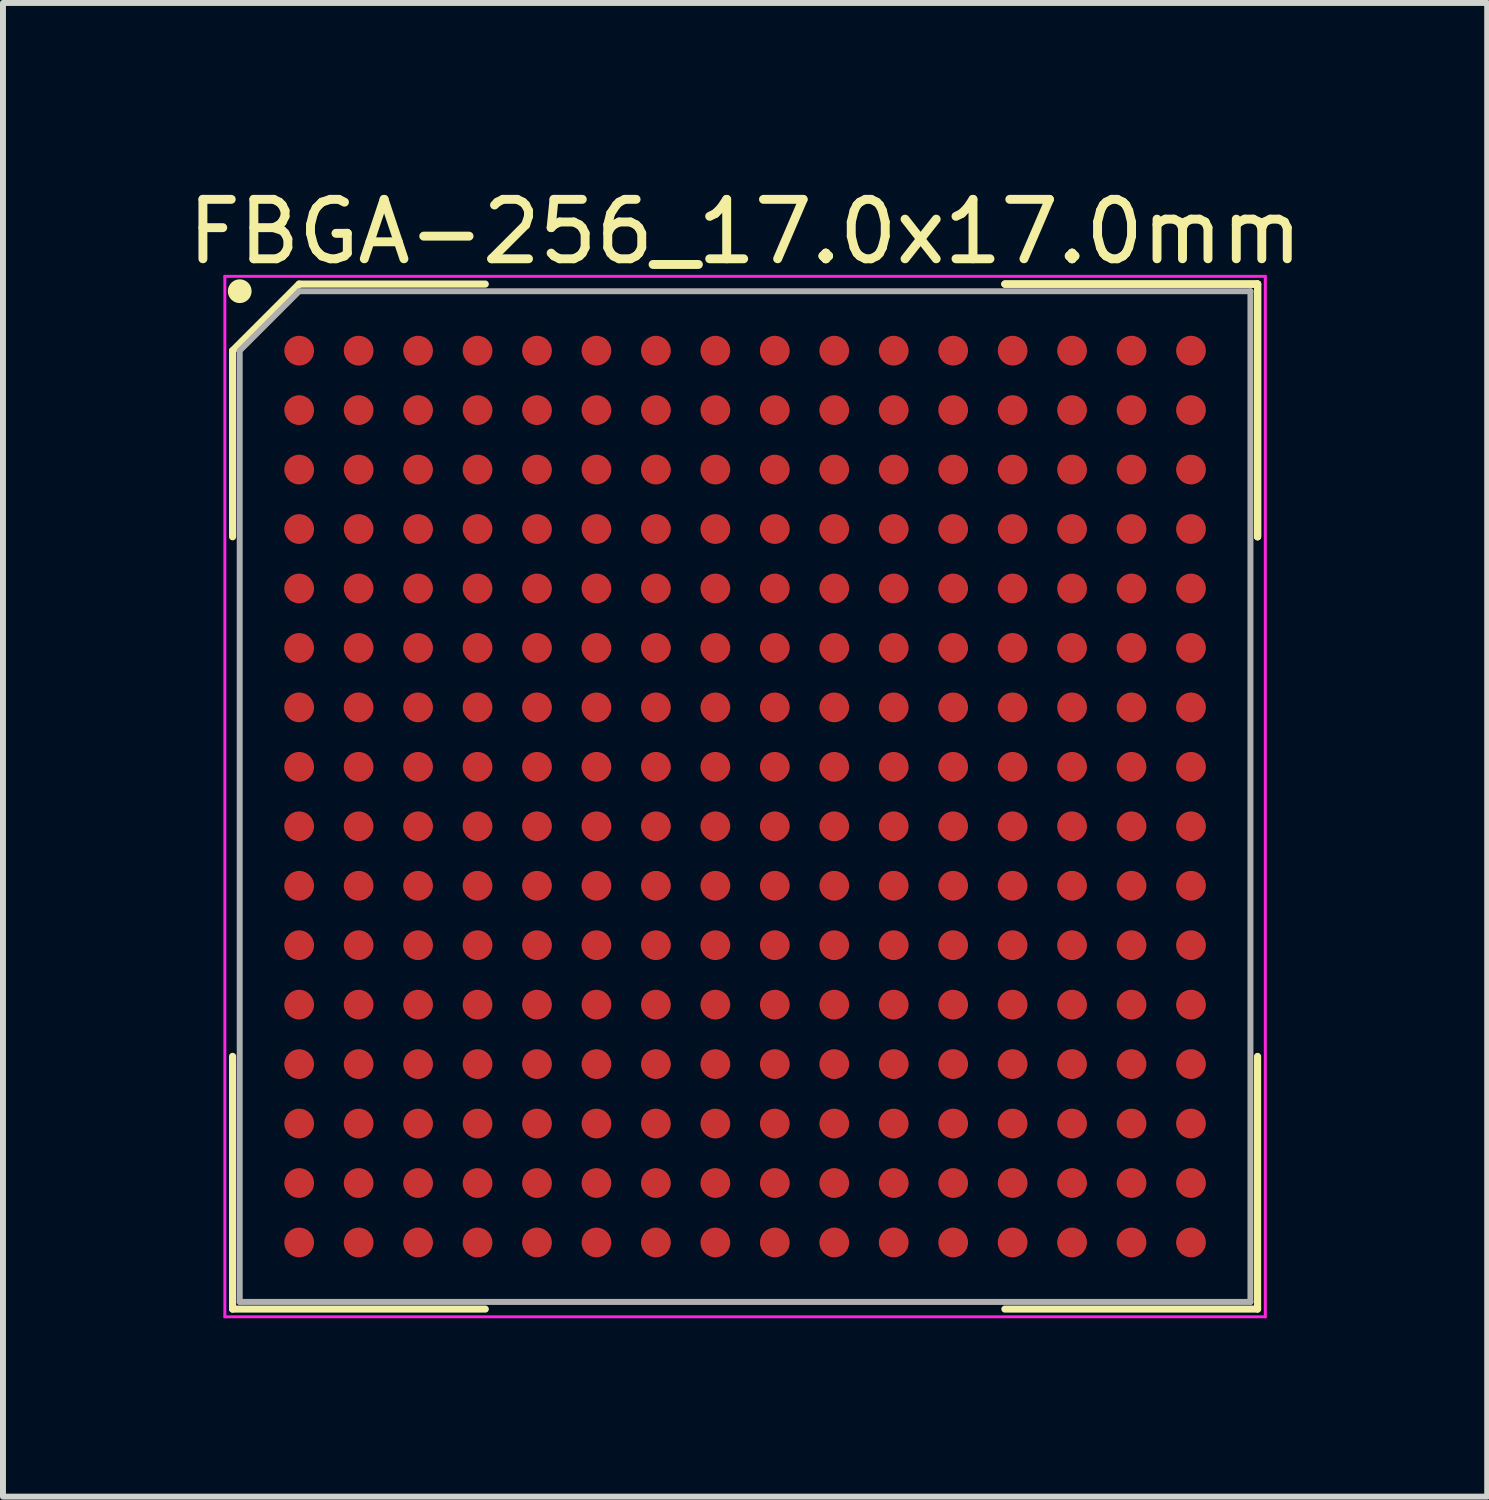
<source format=kicad_pcb>
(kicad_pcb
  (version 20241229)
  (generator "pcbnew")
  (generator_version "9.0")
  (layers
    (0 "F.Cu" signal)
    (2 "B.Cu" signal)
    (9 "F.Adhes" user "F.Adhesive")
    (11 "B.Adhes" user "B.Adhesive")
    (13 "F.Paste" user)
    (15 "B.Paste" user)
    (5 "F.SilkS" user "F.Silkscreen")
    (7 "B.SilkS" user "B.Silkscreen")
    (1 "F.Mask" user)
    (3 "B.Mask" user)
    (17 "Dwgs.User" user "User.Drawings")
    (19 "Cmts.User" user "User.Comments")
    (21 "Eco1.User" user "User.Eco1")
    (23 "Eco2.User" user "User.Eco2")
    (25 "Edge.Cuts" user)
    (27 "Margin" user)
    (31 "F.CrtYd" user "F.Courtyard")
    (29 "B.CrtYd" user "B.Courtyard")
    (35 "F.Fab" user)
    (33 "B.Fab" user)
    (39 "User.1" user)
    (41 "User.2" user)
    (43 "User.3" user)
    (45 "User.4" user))
  (footprint "FBGA-256_17.0x17.0mm"
    (layer "F.Cu")
    (at 9.482 10.348)
    (property "Reference" "FBGA-256_17.0x17.0mm" (at 0 -9.5 0) (layer "F.SilkS") (effects (font (size 1 1) (thickness 0.15))))
    (attr smd)
    (fp_line (start -8.62 -7.5) (end -8.62 -4.37) (stroke (width 0.12) (type solid)) (layer "F.SilkS"))
    (fp_line (start -8.62 8.62) (end -8.62 4.37) (stroke (width 0.12) (type solid)) (layer "F.SilkS"))
    (fp_line (start -7.5 -8.62) (end -8.62 -7.5) (stroke (width 0.12) (type solid)) (layer "F.SilkS"))
    (fp_line (start -4.37 -8.62) (end -7.5 -8.62) (stroke (width 0.12) (type solid)) (layer "F.SilkS"))
    (fp_line (start -4.37 8.62) (end -8.62 8.62) (stroke (width 0.12) (type solid)) (layer "F.SilkS"))
    (fp_line (start 4.37 -8.62) (end 8.62 -8.62) (stroke (width 0.12) (type solid)) (layer "F.SilkS"))
    (fp_line (start 4.37 -8.62) (end 8.62 -8.62) (stroke (width 0.12) (type solid)) (layer "F.SilkS"))
    (fp_line (start 4.37 -8.62) (end 8.62 -8.62) (stroke (width 0.12) (type solid)) (layer "F.SilkS"))
    (fp_line (start 4.37 8.62) (end 8.62 8.62) (stroke (width 0.12) (type solid)) (layer "F.SilkS"))
    (fp_line (start 8.62 -8.62) (end 8.62 -4.37) (stroke (width 0.12) (type solid)) (layer "F.SilkS"))
    (fp_line (start 8.62 -8.62) (end 8.62 -4.37) (stroke (width 0.12) (type solid)) (layer "F.SilkS"))
    (fp_line (start 8.62 -8.62) (end 8.62 -4.37) (stroke (width 0.12) (type solid)) (layer "F.SilkS"))
    (fp_line (start 8.62 8.62) (end 8.62 4.37) (stroke (width 0.12) (type solid)) (layer "F.SilkS"))
    (fp_circle (center -8.5 -8.5) (end -8.5 -8.4) (stroke (width 0.2) (type solid)) (fill no) (layer "F.SilkS"))
    (fp_line (start -8.75 -8.75) (end 8.75 -8.75) (stroke (width 0.05) (type solid)) (layer "F.CrtYd"))
    (fp_line (start -8.75 8.75) (end -8.75 -8.75) (stroke (width 0.05) (type solid)) (layer "F.CrtYd"))
    (fp_line (start 8.75 -8.75) (end 8.75 8.75) (stroke (width 0.05) (type solid)) (layer "F.CrtYd"))
    (fp_line (start 8.75 8.75) (end -8.75 8.75) (stroke (width 0.05) (type solid)) (layer "F.CrtYd"))
    (fp_line (start -8.5 -7.5) (end -8.5 8.5) (stroke (width 0.1) (type solid)) (layer "F.Fab"))
    (fp_line (start -8.5 8.5) (end 8.5 8.5) (stroke (width 0.1) (type solid)) (layer "F.Fab"))
    (fp_line (start -7.5 -8.5) (end -8.5 -7.5) (stroke (width 0.1) (type solid)) (layer "F.Fab"))
    (fp_line (start 8.5 -8.5) (end -7.5 -8.5) (stroke (width 0.1) (type solid)) (layer "F.Fab"))
    (fp_line (start 8.5 8.5) (end 8.5 -8.5) (stroke (width 0.1) (type solid)) (layer "F.Fab"))
    (pad "A1" smd circle (at -7.5 -7.5) (size 0.5 0.5) (layers "F.Cu" "F.Mask" "F.Paste"))
    (pad "A2" smd circle (at -6.5 -7.5) (size 0.5 0.5) (layers "F.Cu" "F.Mask" "F.Paste"))
    (pad "A3" smd circle (at -5.5 -7.5) (size 0.5 0.5) (layers "F.Cu" "F.Mask" "F.Paste"))
    (pad "A4" smd circle (at -4.5 -7.5) (size 0.5 0.5) (layers "F.Cu" "F.Mask" "F.Paste"))
    (pad "A5" smd circle (at -3.5 -7.5) (size 0.5 0.5) (layers "F.Cu" "F.Mask" "F.Paste"))
    (pad "A6" smd circle (at -2.5 -7.5) (size 0.5 0.5) (layers "F.Cu" "F.Mask" "F.Paste"))
    (pad "A7" smd circle (at -1.5 -7.5) (size 0.5 0.5) (layers "F.Cu" "F.Mask" "F.Paste"))
    (pad "A8" smd circle (at -0.5 -7.5) (size 0.5 0.5) (layers "F.Cu" "F.Mask" "F.Paste"))
    (pad "A9" smd circle (at 0.5 -7.5) (size 0.5 0.5) (layers "F.Cu" "F.Mask" "F.Paste"))
    (pad "A10" smd circle (at 1.5 -7.5) (size 0.5 0.5) (layers "F.Cu" "F.Mask" "F.Paste"))
    (pad "A11" smd circle (at 2.5 -7.5) (size 0.5 0.5) (layers "F.Cu" "F.Mask" "F.Paste"))
    (pad "A12" smd circle (at 3.5 -7.5) (size 0.5 0.5) (layers "F.Cu" "F.Mask" "F.Paste"))
    (pad "A13" smd circle (at 4.5 -7.5) (size 0.5 0.5) (layers "F.Cu" "F.Mask" "F.Paste"))
    (pad "A14" smd circle (at 5.5 -7.5) (size 0.5 0.5) (layers "F.Cu" "F.Mask" "F.Paste"))
    (pad "A15" smd circle (at 6.5 -7.5) (size 0.5 0.5) (layers "F.Cu" "F.Mask" "F.Paste"))
    (pad "A16" smd circle (at 7.5 -7.5) (size 0.5 0.5) (layers "F.Cu" "F.Mask" "F.Paste"))
    (pad "B1" smd circle (at -7.5 -6.5) (size 0.5 0.5) (layers "F.Cu" "F.Mask" "F.Paste"))
    (pad "B2" smd circle (at -6.5 -6.5) (size 0.5 0.5) (layers "F.Cu" "F.Mask" "F.Paste"))
    (pad "B3" smd circle (at -5.5 -6.5) (size 0.5 0.5) (layers "F.Cu" "F.Mask" "F.Paste"))
    (pad "B4" smd circle (at -4.5 -6.5) (size 0.5 0.5) (layers "F.Cu" "F.Mask" "F.Paste"))
    (pad "B5" smd circle (at -3.5 -6.5) (size 0.5 0.5) (layers "F.Cu" "F.Mask" "F.Paste"))
    (pad "B6" smd circle (at -2.5 -6.5) (size 0.5 0.5) (layers "F.Cu" "F.Mask" "F.Paste"))
    (pad "B7" smd circle (at -1.5 -6.5) (size 0.5 0.5) (layers "F.Cu" "F.Mask" "F.Paste"))
    (pad "B8" smd circle (at -0.5 -6.5) (size 0.5 0.5) (layers "F.Cu" "F.Mask" "F.Paste"))
    (pad "B9" smd circle (at 0.5 -6.5) (size 0.5 0.5) (layers "F.Cu" "F.Mask" "F.Paste"))
    (pad "B10" smd circle (at 1.5 -6.5) (size 0.5 0.5) (layers "F.Cu" "F.Mask" "F.Paste"))
    (pad "B11" smd circle (at 2.5 -6.5) (size 0.5 0.5) (layers "F.Cu" "F.Mask" "F.Paste"))
    (pad "B12" smd circle (at 3.5 -6.5) (size 0.5 0.5) (layers "F.Cu" "F.Mask" "F.Paste"))
    (pad "B13" smd circle (at 4.5 -6.5) (size 0.5 0.5) (layers "F.Cu" "F.Mask" "F.Paste"))
    (pad "B14" smd circle (at 5.5 -6.5) (size 0.5 0.5) (layers "F.Cu" "F.Mask" "F.Paste"))
    (pad "B15" smd circle (at 6.5 -6.5) (size 0.5 0.5) (layers "F.Cu" "F.Mask" "F.Paste"))
    (pad "B16" smd circle (at 7.5 -6.5) (size 0.5 0.5) (layers "F.Cu" "F.Mask" "F.Paste"))
    (pad "C1" smd circle (at -7.5 -5.5) (size 0.5 0.5) (layers "F.Cu" "F.Mask" "F.Paste"))
    (pad "C2" smd circle (at -6.5 -5.5) (size 0.5 0.5) (layers "F.Cu" "F.Mask" "F.Paste"))
    (pad "C3" smd circle (at -5.5 -5.5) (size 0.5 0.5) (layers "F.Cu" "F.Mask" "F.Paste"))
    (pad "C4" smd circle (at -4.5 -5.5) (size 0.5 0.5) (layers "F.Cu" "F.Mask" "F.Paste"))
    (pad "C5" smd circle (at -3.5 -5.5) (size 0.5 0.5) (layers "F.Cu" "F.Mask" "F.Paste"))
    (pad "C6" smd circle (at -2.5 -5.5) (size 0.5 0.5) (layers "F.Cu" "F.Mask" "F.Paste"))
    (pad "C7" smd circle (at -1.5 -5.5) (size 0.5 0.5) (layers "F.Cu" "F.Mask" "F.Paste"))
    (pad "C8" smd circle (at -0.5 -5.5) (size 0.5 0.5) (layers "F.Cu" "F.Mask" "F.Paste"))
    (pad "C9" smd circle (at 0.5 -5.5) (size 0.5 0.5) (layers "F.Cu" "F.Mask" "F.Paste"))
    (pad "C10" smd circle (at 1.5 -5.5) (size 0.5 0.5) (layers "F.Cu" "F.Mask" "F.Paste"))
    (pad "C11" smd circle (at 2.5 -5.5) (size 0.5 0.5) (layers "F.Cu" "F.Mask" "F.Paste"))
    (pad "C12" smd circle (at 3.5 -5.5) (size 0.5 0.5) (layers "F.Cu" "F.Mask" "F.Paste"))
    (pad "C13" smd circle (at 4.5 -5.5) (size 0.5 0.5) (layers "F.Cu" "F.Mask" "F.Paste"))
    (pad "C14" smd circle (at 5.5 -5.5) (size 0.5 0.5) (layers "F.Cu" "F.Mask" "F.Paste"))
    (pad "C15" smd circle (at 6.5 -5.5) (size 0.5 0.5) (layers "F.Cu" "F.Mask" "F.Paste"))
    (pad "C16" smd circle (at 7.5 -5.5) (size 0.5 0.5) (layers "F.Cu" "F.Mask" "F.Paste"))
    (pad "D1" smd circle (at -7.5 -4.5) (size 0.5 0.5) (layers "F.Cu" "F.Mask" "F.Paste"))
    (pad "D2" smd circle (at -6.5 -4.5) (size 0.5 0.5) (layers "F.Cu" "F.Mask" "F.Paste"))
    (pad "D3" smd circle (at -5.5 -4.5) (size 0.5 0.5) (layers "F.Cu" "F.Mask" "F.Paste"))
    (pad "D4" smd circle (at -4.5 -4.5) (size 0.5 0.5) (layers "F.Cu" "F.Mask" "F.Paste"))
    (pad "D5" smd circle (at -3.5 -4.5) (size 0.5 0.5) (layers "F.Cu" "F.Mask" "F.Paste"))
    (pad "D6" smd circle (at -2.5 -4.5) (size 0.5 0.5) (layers "F.Cu" "F.Mask" "F.Paste"))
    (pad "D7" smd circle (at -1.5 -4.5) (size 0.5 0.5) (layers "F.Cu" "F.Mask" "F.Paste"))
    (pad "D8" smd circle (at -0.5 -4.5) (size 0.5 0.5) (layers "F.Cu" "F.Mask" "F.Paste"))
    (pad "D9" smd circle (at 0.5 -4.5) (size 0.5 0.5) (layers "F.Cu" "F.Mask" "F.Paste"))
    (pad "D10" smd circle (at 1.5 -4.5) (size 0.5 0.5) (layers "F.Cu" "F.Mask" "F.Paste"))
    (pad "D11" smd circle (at 2.5 -4.5) (size 0.5 0.5) (layers "F.Cu" "F.Mask" "F.Paste"))
    (pad "D12" smd circle (at 3.5 -4.5) (size 0.5 0.5) (layers "F.Cu" "F.Mask" "F.Paste"))
    (pad "D13" smd circle (at 4.5 -4.5) (size 0.5 0.5) (layers "F.Cu" "F.Mask" "F.Paste"))
    (pad "D14" smd circle (at 5.5 -4.5) (size 0.5 0.5) (layers "F.Cu" "F.Mask" "F.Paste"))
    (pad "D15" smd circle (at 6.5 -4.5) (size 0.5 0.5) (layers "F.Cu" "F.Mask" "F.Paste"))
    (pad "D16" smd circle (at 7.5 -4.5) (size 0.5 0.5) (layers "F.Cu" "F.Mask" "F.Paste"))
    (pad "E1" smd circle (at -7.5 -3.5) (size 0.5 0.5) (layers "F.Cu" "F.Mask" "F.Paste"))
    (pad "E2" smd circle (at -6.5 -3.5) (size 0.5 0.5) (layers "F.Cu" "F.Mask" "F.Paste"))
    (pad "E3" smd circle (at -5.5 -3.5) (size 0.5 0.5) (layers "F.Cu" "F.Mask" "F.Paste"))
    (pad "E4" smd circle (at -4.5 -3.5) (size 0.5 0.5) (layers "F.Cu" "F.Mask" "F.Paste"))
    (pad "E5" smd circle (at -3.5 -3.5) (size 0.5 0.5) (layers "F.Cu" "F.Mask" "F.Paste"))
    (pad "E6" smd circle (at -2.5 -3.5) (size 0.5 0.5) (layers "F.Cu" "F.Mask" "F.Paste"))
    (pad "E7" smd circle (at -1.5 -3.5) (size 0.5 0.5) (layers "F.Cu" "F.Mask" "F.Paste"))
    (pad "E8" smd circle (at -0.5 -3.5) (size 0.5 0.5) (layers "F.Cu" "F.Mask" "F.Paste"))
    (pad "E9" smd circle (at 0.5 -3.5) (size 0.5 0.5) (layers "F.Cu" "F.Mask" "F.Paste"))
    (pad "E10" smd circle (at 1.5 -3.5) (size 0.5 0.5) (layers "F.Cu" "F.Mask" "F.Paste"))
    (pad "E11" smd circle (at 2.5 -3.5) (size 0.5 0.5) (layers "F.Cu" "F.Mask" "F.Paste"))
    (pad "E12" smd circle (at 3.5 -3.5) (size 0.5 0.5) (layers "F.Cu" "F.Mask" "F.Paste"))
    (pad "E13" smd circle (at 4.5 -3.5) (size 0.5 0.5) (layers "F.Cu" "F.Mask" "F.Paste"))
    (pad "E14" smd circle (at 5.5 -3.5) (size 0.5 0.5) (layers "F.Cu" "F.Mask" "F.Paste"))
    (pad "E15" smd circle (at 6.5 -3.5) (size 0.5 0.5) (layers "F.Cu" "F.Mask" "F.Paste"))
    (pad "E16" smd circle (at 7.5 -3.5) (size 0.5 0.5) (layers "F.Cu" "F.Mask" "F.Paste"))
    (pad "F1" smd circle (at -7.5 -2.5) (size 0.5 0.5) (layers "F.Cu" "F.Mask" "F.Paste"))
    (pad "F2" smd circle (at -6.5 -2.5) (size 0.5 0.5) (layers "F.Cu" "F.Mask" "F.Paste"))
    (pad "F3" smd circle (at -5.5 -2.5) (size 0.5 0.5) (layers "F.Cu" "F.Mask" "F.Paste"))
    (pad "F4" smd circle (at -4.5 -2.5) (size 0.5 0.5) (layers "F.Cu" "F.Mask" "F.Paste"))
    (pad "F5" smd circle (at -3.5 -2.5) (size 0.5 0.5) (layers "F.Cu" "F.Mask" "F.Paste"))
    (pad "F6" smd circle (at -2.5 -2.5) (size 0.5 0.5) (layers "F.Cu" "F.Mask" "F.Paste"))
    (pad "F7" smd circle (at -1.5 -2.5) (size 0.5 0.5) (layers "F.Cu" "F.Mask" "F.Paste"))
    (pad "F8" smd circle (at -0.5 -2.5) (size 0.5 0.5) (layers "F.Cu" "F.Mask" "F.Paste"))
    (pad "F9" smd circle (at 0.5 -2.5) (size 0.5 0.5) (layers "F.Cu" "F.Mask" "F.Paste"))
    (pad "F10" smd circle (at 1.5 -2.5) (size 0.5 0.5) (layers "F.Cu" "F.Mask" "F.Paste"))
    (pad "F11" smd circle (at 2.5 -2.5) (size 0.5 0.5) (layers "F.Cu" "F.Mask" "F.Paste"))
    (pad "F12" smd circle (at 3.5 -2.5) (size 0.5 0.5) (layers "F.Cu" "F.Mask" "F.Paste"))
    (pad "F13" smd circle (at 4.5 -2.5) (size 0.5 0.5) (layers "F.Cu" "F.Mask" "F.Paste"))
    (pad "F14" smd circle (at 5.5 -2.5) (size 0.5 0.5) (layers "F.Cu" "F.Mask" "F.Paste"))
    (pad "F15" smd circle (at 6.5 -2.5) (size 0.5 0.5) (layers "F.Cu" "F.Mask" "F.Paste"))
    (pad "F16" smd circle (at 7.5 -2.5) (size 0.5 0.5) (layers "F.Cu" "F.Mask" "F.Paste"))
    (pad "G1" smd circle (at -7.5 -1.5) (size 0.5 0.5) (layers "F.Cu" "F.Mask" "F.Paste"))
    (pad "G2" smd circle (at -6.5 -1.5) (size 0.5 0.5) (layers "F.Cu" "F.Mask" "F.Paste"))
    (pad "G3" smd circle (at -5.5 -1.5) (size 0.5 0.5) (layers "F.Cu" "F.Mask" "F.Paste"))
    (pad "G4" smd circle (at -4.5 -1.5) (size 0.5 0.5) (layers "F.Cu" "F.Mask" "F.Paste"))
    (pad "G5" smd circle (at -3.5 -1.5) (size 0.5 0.5) (layers "F.Cu" "F.Mask" "F.Paste"))
    (pad "G6" smd circle (at -2.5 -1.5) (size 0.5 0.5) (layers "F.Cu" "F.Mask" "F.Paste"))
    (pad "G7" smd circle (at -1.5 -1.5) (size 0.5 0.5) (layers "F.Cu" "F.Mask" "F.Paste"))
    (pad "G8" smd circle (at -0.5 -1.5) (size 0.5 0.5) (layers "F.Cu" "F.Mask" "F.Paste"))
    (pad "G9" smd circle (at 0.5 -1.5) (size 0.5 0.5) (layers "F.Cu" "F.Mask" "F.Paste"))
    (pad "G10" smd circle (at 1.5 -1.5) (size 0.5 0.5) (layers "F.Cu" "F.Mask" "F.Paste"))
    (pad "G11" smd circle (at 2.5 -1.5) (size 0.5 0.5) (layers "F.Cu" "F.Mask" "F.Paste"))
    (pad "G12" smd circle (at 3.5 -1.5) (size 0.5 0.5) (layers "F.Cu" "F.Mask" "F.Paste"))
    (pad "G13" smd circle (at 4.5 -1.5) (size 0.5 0.5) (layers "F.Cu" "F.Mask" "F.Paste"))
    (pad "G14" smd circle (at 5.5 -1.5) (size 0.5 0.5) (layers "F.Cu" "F.Mask" "F.Paste"))
    (pad "G15" smd circle (at 6.5 -1.5) (size 0.5 0.5) (layers "F.Cu" "F.Mask" "F.Paste"))
    (pad "G16" smd circle (at 7.5 -1.5) (size 0.5 0.5) (layers "F.Cu" "F.Mask" "F.Paste"))
    (pad "H1" smd circle (at -7.5 -0.5) (size 0.5 0.5) (layers "F.Cu" "F.Mask" "F.Paste"))
    (pad "H2" smd circle (at -6.5 -0.5) (size 0.5 0.5) (layers "F.Cu" "F.Mask" "F.Paste"))
    (pad "H3" smd circle (at -5.5 -0.5) (size 0.5 0.5) (layers "F.Cu" "F.Mask" "F.Paste"))
    (pad "H4" smd circle (at -4.5 -0.5) (size 0.5 0.5) (layers "F.Cu" "F.Mask" "F.Paste"))
    (pad "H5" smd circle (at -3.5 -0.5) (size 0.5 0.5) (layers "F.Cu" "F.Mask" "F.Paste"))
    (pad "H6" smd circle (at -2.5 -0.5) (size 0.5 0.5) (layers "F.Cu" "F.Mask" "F.Paste"))
    (pad "H7" smd circle (at -1.5 -0.5) (size 0.5 0.5) (layers "F.Cu" "F.Mask" "F.Paste"))
    (pad "H8" smd circle (at -0.5 -0.5) (size 0.5 0.5) (layers "F.Cu" "F.Mask" "F.Paste"))
    (pad "H9" smd circle (at 0.5 -0.5) (size 0.5 0.5) (layers "F.Cu" "F.Mask" "F.Paste"))
    (pad "H10" smd circle (at 1.5 -0.5) (size 0.5 0.5) (layers "F.Cu" "F.Mask" "F.Paste"))
    (pad "H11" smd circle (at 2.5 -0.5) (size 0.5 0.5) (layers "F.Cu" "F.Mask" "F.Paste"))
    (pad "H12" smd circle (at 3.5 -0.5) (size 0.5 0.5) (layers "F.Cu" "F.Mask" "F.Paste"))
    (pad "H13" smd circle (at 4.5 -0.5) (size 0.5 0.5) (layers "F.Cu" "F.Mask" "F.Paste"))
    (pad "H14" smd circle (at 5.5 -0.5) (size 0.5 0.5) (layers "F.Cu" "F.Mask" "F.Paste"))
    (pad "H15" smd circle (at 6.5 -0.5) (size 0.5 0.5) (layers "F.Cu" "F.Mask" "F.Paste"))
    (pad "H16" smd circle (at 7.5 -0.5) (size 0.5 0.5) (layers "F.Cu" "F.Mask" "F.Paste"))
    (pad "J1" smd circle (at -7.5 0.5) (size 0.5 0.5) (layers "F.Cu" "F.Mask" "F.Paste"))
    (pad "J2" smd circle (at -6.5 0.5) (size 0.5 0.5) (layers "F.Cu" "F.Mask" "F.Paste"))
    (pad "J3" smd circle (at -5.5 0.5) (size 0.5 0.5) (layers "F.Cu" "F.Mask" "F.Paste"))
    (pad "J4" smd circle (at -4.5 0.5) (size 0.5 0.5) (layers "F.Cu" "F.Mask" "F.Paste"))
    (pad "J5" smd circle (at -3.5 0.5) (size 0.5 0.5) (layers "F.Cu" "F.Mask" "F.Paste"))
    (pad "J6" smd circle (at -2.5 0.5) (size 0.5 0.5) (layers "F.Cu" "F.Mask" "F.Paste"))
    (pad "J7" smd circle (at -1.5 0.5) (size 0.5 0.5) (layers "F.Cu" "F.Mask" "F.Paste"))
    (pad "J8" smd circle (at -0.5 0.5) (size 0.5 0.5) (layers "F.Cu" "F.Mask" "F.Paste"))
    (pad "J9" smd circle (at 0.5 0.5) (size 0.5 0.5) (layers "F.Cu" "F.Mask" "F.Paste"))
    (pad "J10" smd circle (at 1.5 0.5) (size 0.5 0.5) (layers "F.Cu" "F.Mask" "F.Paste"))
    (pad "J11" smd circle (at 2.5 0.5) (size 0.5 0.5) (layers "F.Cu" "F.Mask" "F.Paste"))
    (pad "J12" smd circle (at 3.5 0.5) (size 0.5 0.5) (layers "F.Cu" "F.Mask" "F.Paste"))
    (pad "J13" smd circle (at 4.5 0.5) (size 0.5 0.5) (layers "F.Cu" "F.Mask" "F.Paste"))
    (pad "J14" smd circle (at 5.5 0.5) (size 0.5 0.5) (layers "F.Cu" "F.Mask" "F.Paste"))
    (pad "J15" smd circle (at 6.5 0.5) (size 0.5 0.5) (layers "F.Cu" "F.Mask" "F.Paste"))
    (pad "J16" smd circle (at 7.5 0.5) (size 0.5 0.5) (layers "F.Cu" "F.Mask" "F.Paste"))
    (pad "K1" smd circle (at -7.5 1.5) (size 0.5 0.5) (layers "F.Cu" "F.Mask" "F.Paste"))
    (pad "K2" smd circle (at -6.5 1.5) (size 0.5 0.5) (layers "F.Cu" "F.Mask" "F.Paste"))
    (pad "K3" smd circle (at -5.5 1.5) (size 0.5 0.5) (layers "F.Cu" "F.Mask" "F.Paste"))
    (pad "K4" smd circle (at -4.5 1.5) (size 0.5 0.5) (layers "F.Cu" "F.Mask" "F.Paste"))
    (pad "K5" smd circle (at -3.5 1.5) (size 0.5 0.5) (layers "F.Cu" "F.Mask" "F.Paste"))
    (pad "K6" smd circle (at -2.5 1.5) (size 0.5 0.5) (layers "F.Cu" "F.Mask" "F.Paste"))
    (pad "K7" smd circle (at -1.5 1.5) (size 0.5 0.5) (layers "F.Cu" "F.Mask" "F.Paste"))
    (pad "K8" smd circle (at -0.5 1.5) (size 0.5 0.5) (layers "F.Cu" "F.Mask" "F.Paste"))
    (pad "K9" smd circle (at 0.5 1.5) (size 0.5 0.5) (layers "F.Cu" "F.Mask" "F.Paste"))
    (pad "K10" smd circle (at 1.5 1.5) (size 0.5 0.5) (layers "F.Cu" "F.Mask" "F.Paste"))
    (pad "K11" smd circle (at 2.5 1.5) (size 0.5 0.5) (layers "F.Cu" "F.Mask" "F.Paste"))
    (pad "K12" smd circle (at 3.5 1.5) (size 0.5 0.5) (layers "F.Cu" "F.Mask" "F.Paste"))
    (pad "K13" smd circle (at 4.5 1.5) (size 0.5 0.5) (layers "F.Cu" "F.Mask" "F.Paste"))
    (pad "K14" smd circle (at 5.5 1.5) (size 0.5 0.5) (layers "F.Cu" "F.Mask" "F.Paste"))
    (pad "K15" smd circle (at 6.5 1.5) (size 0.5 0.5) (layers "F.Cu" "F.Mask" "F.Paste"))
    (pad "K16" smd circle (at 7.5 1.5) (size 0.5 0.5) (layers "F.Cu" "F.Mask" "F.Paste"))
    (pad "L1" smd circle (at -7.5 2.5) (size 0.5 0.5) (layers "F.Cu" "F.Mask" "F.Paste"))
    (pad "L2" smd circle (at -6.5 2.5) (size 0.5 0.5) (layers "F.Cu" "F.Mask" "F.Paste"))
    (pad "L3" smd circle (at -5.5 2.5) (size 0.5 0.5) (layers "F.Cu" "F.Mask" "F.Paste"))
    (pad "L4" smd circle (at -4.5 2.5) (size 0.5 0.5) (layers "F.Cu" "F.Mask" "F.Paste"))
    (pad "L5" smd circle (at -3.5 2.5) (size 0.5 0.5) (layers "F.Cu" "F.Mask" "F.Paste"))
    (pad "L6" smd circle (at -2.5 2.5) (size 0.5 0.5) (layers "F.Cu" "F.Mask" "F.Paste"))
    (pad "L7" smd circle (at -1.5 2.5) (size 0.5 0.5) (layers "F.Cu" "F.Mask" "F.Paste"))
    (pad "L8" smd circle (at -0.5 2.5) (size 0.5 0.5) (layers "F.Cu" "F.Mask" "F.Paste"))
    (pad "L9" smd circle (at 0.5 2.5) (size 0.5 0.5) (layers "F.Cu" "F.Mask" "F.Paste"))
    (pad "L10" smd circle (at 1.5 2.5) (size 0.5 0.5) (layers "F.Cu" "F.Mask" "F.Paste"))
    (pad "L11" smd circle (at 2.5 2.5) (size 0.5 0.5) (layers "F.Cu" "F.Mask" "F.Paste"))
    (pad "L12" smd circle (at 3.5 2.5) (size 0.5 0.5) (layers "F.Cu" "F.Mask" "F.Paste"))
    (pad "L13" smd circle (at 4.5 2.5) (size 0.5 0.5) (layers "F.Cu" "F.Mask" "F.Paste"))
    (pad "L14" smd circle (at 5.5 2.5) (size 0.5 0.5) (layers "F.Cu" "F.Mask" "F.Paste"))
    (pad "L15" smd circle (at 6.5 2.5) (size 0.5 0.5) (layers "F.Cu" "F.Mask" "F.Paste"))
    (pad "L16" smd circle (at 7.5 2.5) (size 0.5 0.5) (layers "F.Cu" "F.Mask" "F.Paste"))
    (pad "M1" smd circle (at -7.5 3.5) (size 0.5 0.5) (layers "F.Cu" "F.Mask" "F.Paste"))
    (pad "M2" smd circle (at -6.5 3.5) (size 0.5 0.5) (layers "F.Cu" "F.Mask" "F.Paste"))
    (pad "M3" smd circle (at -5.5 3.5) (size 0.5 0.5) (layers "F.Cu" "F.Mask" "F.Paste"))
    (pad "M4" smd circle (at -4.5 3.5) (size 0.5 0.5) (layers "F.Cu" "F.Mask" "F.Paste"))
    (pad "M5" smd circle (at -3.5 3.5) (size 0.5 0.5) (layers "F.Cu" "F.Mask" "F.Paste"))
    (pad "M6" smd circle (at -2.5 3.5) (size 0.5 0.5) (layers "F.Cu" "F.Mask" "F.Paste"))
    (pad "M7" smd circle (at -1.5 3.5) (size 0.5 0.5) (layers "F.Cu" "F.Mask" "F.Paste"))
    (pad "M8" smd circle (at -0.5 3.5) (size 0.5 0.5) (layers "F.Cu" "F.Mask" "F.Paste"))
    (pad "M9" smd circle (at 0.5 3.5) (size 0.5 0.5) (layers "F.Cu" "F.Mask" "F.Paste"))
    (pad "M10" smd circle (at 1.5 3.5) (size 0.5 0.5) (layers "F.Cu" "F.Mask" "F.Paste"))
    (pad "M11" smd circle (at 2.5 3.5) (size 0.5 0.5) (layers "F.Cu" "F.Mask" "F.Paste"))
    (pad "M12" smd circle (at 3.5 3.5) (size 0.5 0.5) (layers "F.Cu" "F.Mask" "F.Paste"))
    (pad "M13" smd circle (at 4.5 3.5) (size 0.5 0.5) (layers "F.Cu" "F.Mask" "F.Paste"))
    (pad "M14" smd circle (at 5.5 3.5) (size 0.5 0.5) (layers "F.Cu" "F.Mask" "F.Paste"))
    (pad "M15" smd circle (at 6.5 3.5) (size 0.5 0.5) (layers "F.Cu" "F.Mask" "F.Paste"))
    (pad "M16" smd circle (at 7.5 3.5) (size 0.5 0.5) (layers "F.Cu" "F.Mask" "F.Paste"))
    (pad "N1" smd circle (at -7.5 4.5) (size 0.5 0.5) (layers "F.Cu" "F.Mask" "F.Paste"))
    (pad "N2" smd circle (at -6.5 4.5) (size 0.5 0.5) (layers "F.Cu" "F.Mask" "F.Paste"))
    (pad "N3" smd circle (at -5.5 4.5) (size 0.5 0.5) (layers "F.Cu" "F.Mask" "F.Paste"))
    (pad "N4" smd circle (at -4.5 4.5) (size 0.5 0.5) (layers "F.Cu" "F.Mask" "F.Paste"))
    (pad "N5" smd circle (at -3.5 4.5) (size 0.5 0.5) (layers "F.Cu" "F.Mask" "F.Paste"))
    (pad "N6" smd circle (at -2.5 4.5) (size 0.5 0.5) (layers "F.Cu" "F.Mask" "F.Paste"))
    (pad "N7" smd circle (at -1.5 4.5) (size 0.5 0.5) (layers "F.Cu" "F.Mask" "F.Paste"))
    (pad "N8" smd circle (at -0.5 4.5) (size 0.5 0.5) (layers "F.Cu" "F.Mask" "F.Paste"))
    (pad "N9" smd circle (at 0.5 4.5) (size 0.5 0.5) (layers "F.Cu" "F.Mask" "F.Paste"))
    (pad "N10" smd circle (at 1.5 4.5) (size 0.5 0.5) (layers "F.Cu" "F.Mask" "F.Paste"))
    (pad "N11" smd circle (at 2.5 4.5) (size 0.5 0.5) (layers "F.Cu" "F.Mask" "F.Paste"))
    (pad "N12" smd circle (at 3.5 4.5) (size 0.5 0.5) (layers "F.Cu" "F.Mask" "F.Paste"))
    (pad "N13" smd circle (at 4.5 4.5) (size 0.5 0.5) (layers "F.Cu" "F.Mask" "F.Paste"))
    (pad "N14" smd circle (at 5.5 4.5) (size 0.5 0.5) (layers "F.Cu" "F.Mask" "F.Paste"))
    (pad "N15" smd circle (at 6.5 4.5) (size 0.5 0.5) (layers "F.Cu" "F.Mask" "F.Paste"))
    (pad "N16" smd circle (at 7.5 4.5) (size 0.5 0.5) (layers "F.Cu" "F.Mask" "F.Paste"))
    (pad "P1" smd circle (at -7.5 5.5) (size 0.5 0.5) (layers "F.Cu" "F.Mask" "F.Paste"))
    (pad "P2" smd circle (at -6.5 5.5) (size 0.5 0.5) (layers "F.Cu" "F.Mask" "F.Paste"))
    (pad "P3" smd circle (at -5.5 5.5) (size 0.5 0.5) (layers "F.Cu" "F.Mask" "F.Paste"))
    (pad "P4" smd circle (at -4.5 5.5) (size 0.5 0.5) (layers "F.Cu" "F.Mask" "F.Paste"))
    (pad "P5" smd circle (at -3.5 5.5) (size 0.5 0.5) (layers "F.Cu" "F.Mask" "F.Paste"))
    (pad "P6" smd circle (at -2.5 5.5) (size 0.5 0.5) (layers "F.Cu" "F.Mask" "F.Paste"))
    (pad "P7" smd circle (at -1.5 5.5) (size 0.5 0.5) (layers "F.Cu" "F.Mask" "F.Paste"))
    (pad "P8" smd circle (at -0.5 5.5) (size 0.5 0.5) (layers "F.Cu" "F.Mask" "F.Paste"))
    (pad "P9" smd circle (at 0.5 5.5) (size 0.5 0.5) (layers "F.Cu" "F.Mask" "F.Paste"))
    (pad "P10" smd circle (at 1.5 5.5) (size 0.5 0.5) (layers "F.Cu" "F.Mask" "F.Paste"))
    (pad "P11" smd circle (at 2.5 5.5) (size 0.5 0.5) (layers "F.Cu" "F.Mask" "F.Paste"))
    (pad "P12" smd circle (at 3.5 5.5) (size 0.5 0.5) (layers "F.Cu" "F.Mask" "F.Paste"))
    (pad "P13" smd circle (at 4.5 5.5) (size 0.5 0.5) (layers "F.Cu" "F.Mask" "F.Paste"))
    (pad "P14" smd circle (at 5.5 5.5) (size 0.5 0.5) (layers "F.Cu" "F.Mask" "F.Paste"))
    (pad "P15" smd circle (at 6.5 5.5) (size 0.5 0.5) (layers "F.Cu" "F.Mask" "F.Paste"))
    (pad "P16" smd circle (at 7.5 5.5) (size 0.5 0.5) (layers "F.Cu" "F.Mask" "F.Paste"))
    (pad "R1" smd circle (at -7.5 6.5) (size 0.5 0.5) (layers "F.Cu" "F.Mask" "F.Paste"))
    (pad "R2" smd circle (at -6.5 6.5) (size 0.5 0.5) (layers "F.Cu" "F.Mask" "F.Paste"))
    (pad "R3" smd circle (at -5.5 6.5) (size 0.5 0.5) (layers "F.Cu" "F.Mask" "F.Paste"))
    (pad "R4" smd circle (at -4.5 6.5) (size 0.5 0.5) (layers "F.Cu" "F.Mask" "F.Paste"))
    (pad "R5" smd circle (at -3.5 6.5) (size 0.5 0.5) (layers "F.Cu" "F.Mask" "F.Paste"))
    (pad "R6" smd circle (at -2.5 6.5) (size 0.5 0.5) (layers "F.Cu" "F.Mask" "F.Paste"))
    (pad "R7" smd circle (at -1.5 6.5) (size 0.5 0.5) (layers "F.Cu" "F.Mask" "F.Paste"))
    (pad "R8" smd circle (at -0.5 6.5) (size 0.5 0.5) (layers "F.Cu" "F.Mask" "F.Paste"))
    (pad "R9" smd circle (at 0.5 6.5) (size 0.5 0.5) (layers "F.Cu" "F.Mask" "F.Paste"))
    (pad "R10" smd circle (at 1.5 6.5) (size 0.5 0.5) (layers "F.Cu" "F.Mask" "F.Paste"))
    (pad "R11" smd circle (at 2.5 6.5) (size 0.5 0.5) (layers "F.Cu" "F.Mask" "F.Paste"))
    (pad "R12" smd circle (at 3.5 6.5) (size 0.5 0.5) (layers "F.Cu" "F.Mask" "F.Paste"))
    (pad "R13" smd circle (at 4.5 6.5) (size 0.5 0.5) (layers "F.Cu" "F.Mask" "F.Paste"))
    (pad "R14" smd circle (at 5.5 6.5) (size 0.5 0.5) (layers "F.Cu" "F.Mask" "F.Paste"))
    (pad "R15" smd circle (at 6.5 6.5) (size 0.5 0.5) (layers "F.Cu" "F.Mask" "F.Paste"))
    (pad "R16" smd circle (at 7.5 6.5) (size 0.5 0.5) (layers "F.Cu" "F.Mask" "F.Paste"))
    (pad "T1" smd circle (at -7.5 7.5) (size 0.5 0.5) (layers "F.Cu" "F.Mask" "F.Paste"))
    (pad "T2" smd circle (at -6.5 7.5) (size 0.5 0.5) (layers "F.Cu" "F.Mask" "F.Paste"))
    (pad "T3" smd circle (at -5.5 7.5) (size 0.5 0.5) (layers "F.Cu" "F.Mask" "F.Paste"))
    (pad "T4" smd circle (at -4.5 7.5) (size 0.5 0.5) (layers "F.Cu" "F.Mask" "F.Paste"))
    (pad "T5" smd circle (at -3.5 7.5) (size 0.5 0.5) (layers "F.Cu" "F.Mask" "F.Paste"))
    (pad "T6" smd circle (at -2.5 7.5) (size 0.5 0.5) (layers "F.Cu" "F.Mask" "F.Paste"))
    (pad "T7" smd circle (at -1.5 7.5) (size 0.5 0.5) (layers "F.Cu" "F.Mask" "F.Paste"))
    (pad "T8" smd circle (at -0.5 7.5) (size 0.5 0.5) (layers "F.Cu" "F.Mask" "F.Paste"))
    (pad "T9" smd circle (at 0.5 7.5) (size 0.5 0.5) (layers "F.Cu" "F.Mask" "F.Paste"))
    (pad "T10" smd circle (at 1.5 7.5) (size 0.5 0.5) (layers "F.Cu" "F.Mask" "F.Paste"))
    (pad "T11" smd circle (at 2.5 7.5) (size 0.5 0.5) (layers "F.Cu" "F.Mask" "F.Paste"))
    (pad "T12" smd circle (at 3.5 7.5) (size 0.5 0.5) (layers "F.Cu" "F.Mask" "F.Paste"))
    (pad "T13" smd circle (at 4.5 7.5) (size 0.5 0.5) (layers "F.Cu" "F.Mask" "F.Paste"))
    (pad "T14" smd circle (at 5.5 7.5) (size 0.5 0.5) (layers "F.Cu" "F.Mask" "F.Paste"))
    (pad "T15" smd circle (at 6.5 7.5) (size 0.5 0.5) (layers "F.Cu" "F.Mask" "F.Paste"))
    (pad "T16" smd circle (at 7.5 7.5) (size 0.5 0.5) (layers "F.Cu" "F.Mask" "F.Paste")))
  (gr_rect
    (start -3 -3)
    (end 21.964 22.123)
    (stroke (width 0.1) (type default))
    (fill no)
    (layer "Edge.Cuts")))
</source>
